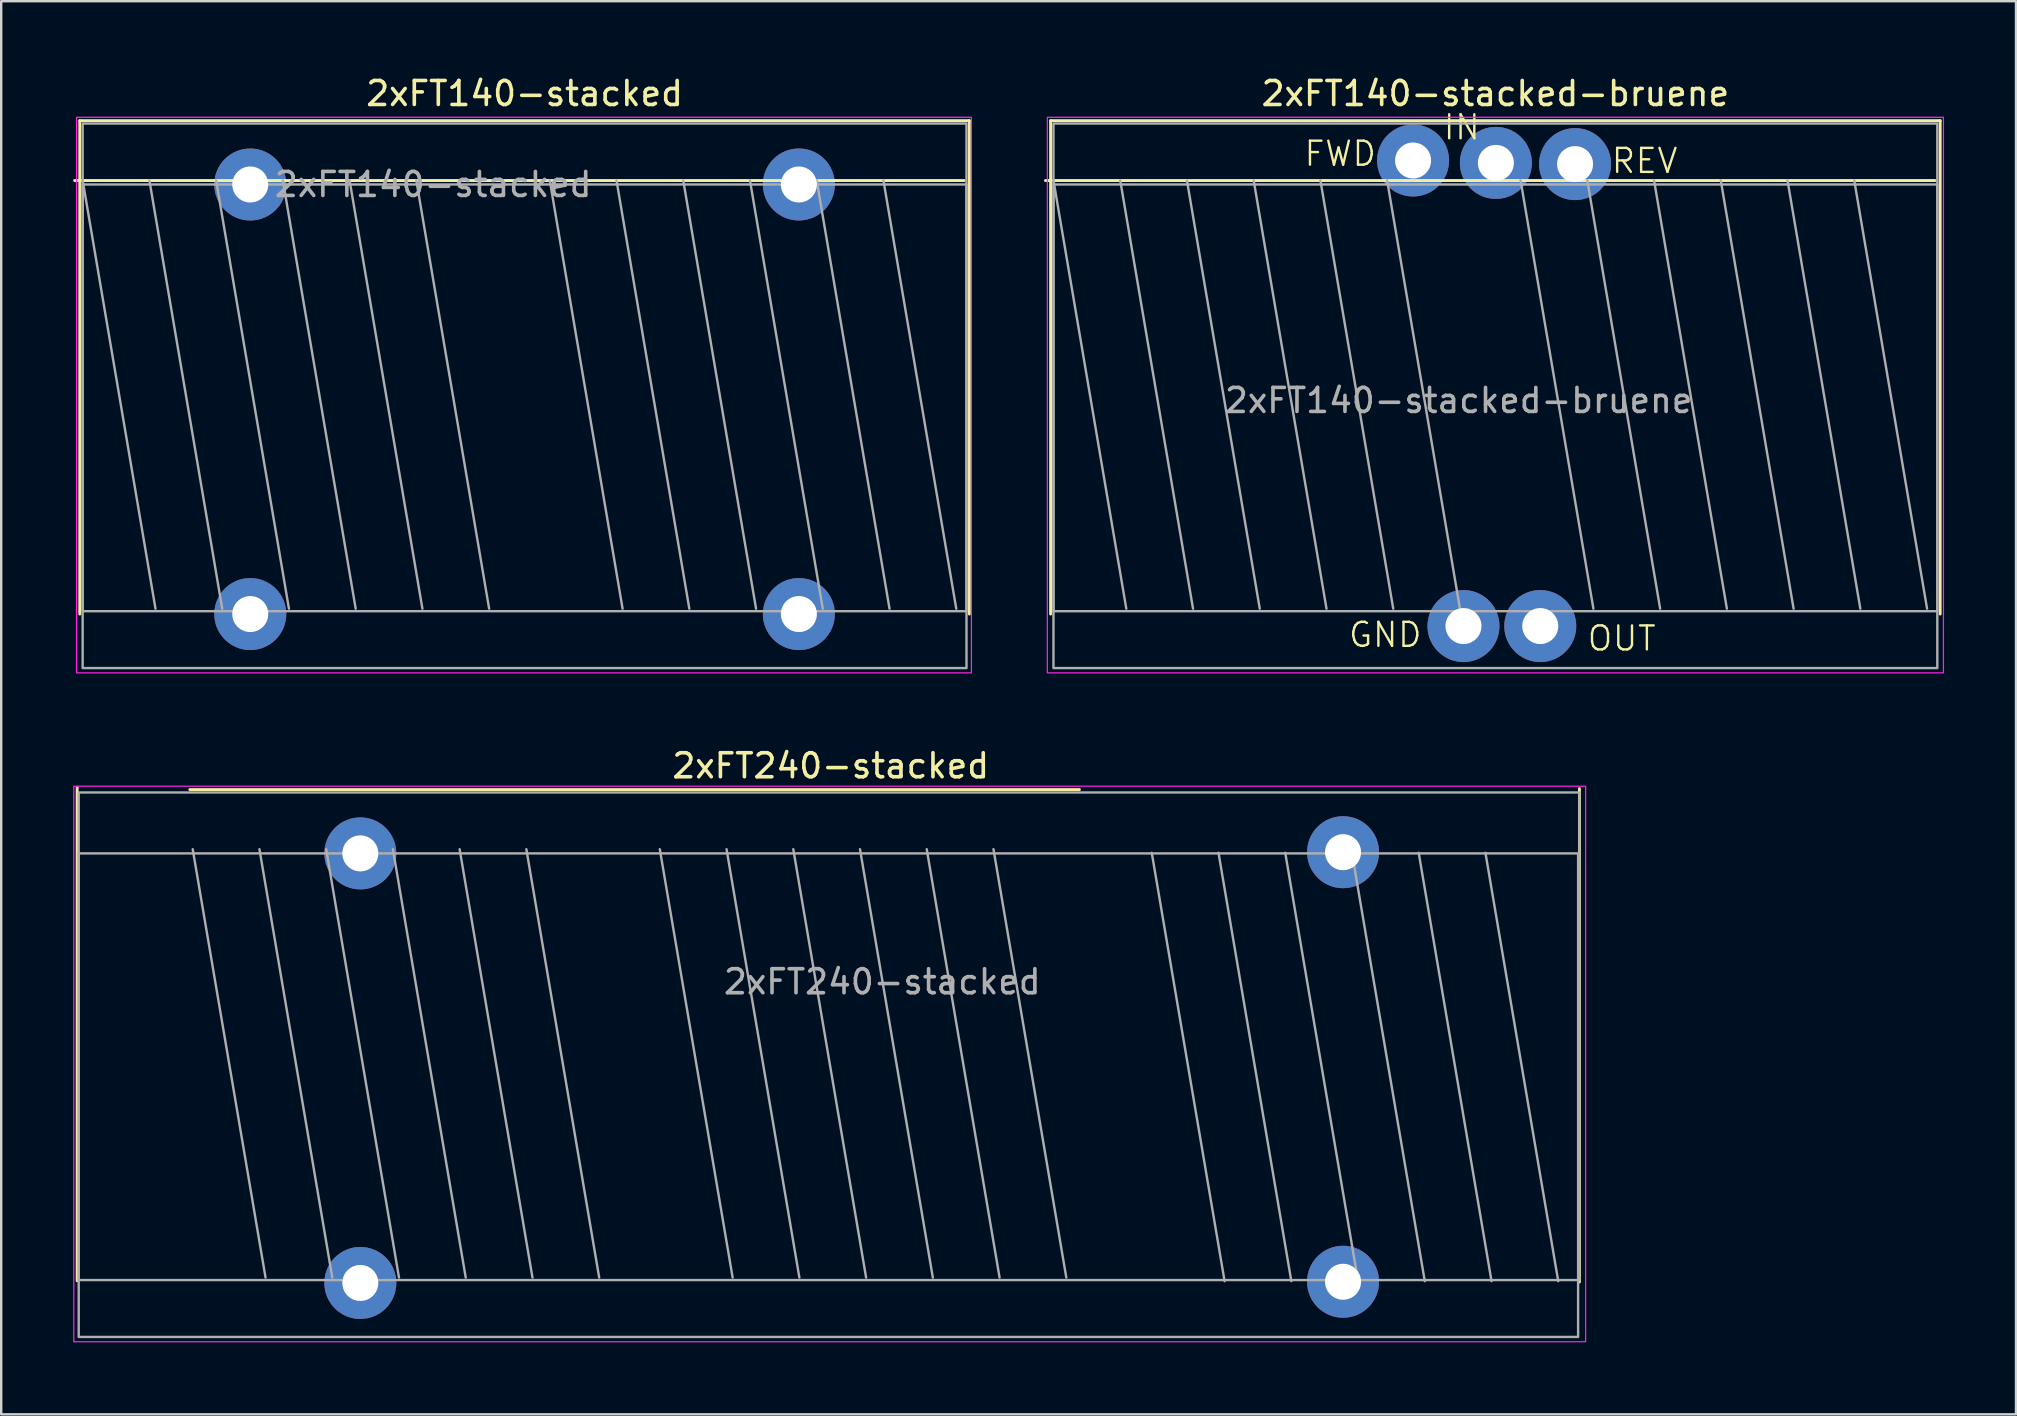
<source format=kicad_pcb>
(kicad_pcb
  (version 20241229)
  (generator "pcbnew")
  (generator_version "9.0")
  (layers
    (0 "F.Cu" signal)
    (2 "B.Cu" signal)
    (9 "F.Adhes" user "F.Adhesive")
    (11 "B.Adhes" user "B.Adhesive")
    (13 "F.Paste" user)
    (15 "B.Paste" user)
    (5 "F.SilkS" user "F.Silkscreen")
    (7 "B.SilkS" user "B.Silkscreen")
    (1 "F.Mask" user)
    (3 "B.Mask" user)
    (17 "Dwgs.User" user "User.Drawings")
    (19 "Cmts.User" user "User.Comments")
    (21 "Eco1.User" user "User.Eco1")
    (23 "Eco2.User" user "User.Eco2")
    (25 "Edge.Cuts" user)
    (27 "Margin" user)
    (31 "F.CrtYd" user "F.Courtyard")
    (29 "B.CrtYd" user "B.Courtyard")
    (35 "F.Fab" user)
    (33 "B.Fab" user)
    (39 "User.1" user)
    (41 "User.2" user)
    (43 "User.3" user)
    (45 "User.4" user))
  (footprint "2xFT140-stacked-bruene"
    (layer "F.Cu")
    (at 47.833 4.638)
    (property "Reference" "2xFT140-stacked-bruene" (at 11.43 -3.79 0) (layer "F.SilkS") (effects (font (size 1 1) (thickness 0.15))))
    (attr through_hole)
    (fp_line (start -7.105 -2.66) (end 29.965 -2.66) (stroke (width 0.12) (type solid)) (layer "F.SilkS"))
    (fp_line (start -7.105 17.9) (end -7.105 -2.66) (stroke (width 0.12) (type solid)) (layer "F.SilkS"))
    (fp_line (start 29.751 -0.165) (end -7.319 -0.165) (stroke (width 0.12) (type solid)) (layer "F.SilkS"))
    (fp_line (start 29.965 -2.66) (end 29.965 17.9) (stroke (width 0.12) (type solid)) (layer "F.SilkS"))
    (fp_rect (start -7.24 -2.8) (end 30.1 20.35) (stroke (width 0.05) (type solid)) (fill no) (layer "F.CrtYd"))
    (fp_line (start -6.985 -0.175) (end -3.95 17.675) (stroke (width 0.1) (type solid)) (layer "F.Fab"))
    (fp_line (start -4.204 -0.175) (end -1.169 17.675) (stroke (width 0.1) (type solid)) (layer "F.Fab"))
    (fp_line (start -1.424 -0.175) (end 1.611 17.675) (stroke (width 0.1) (type solid)) (layer "F.Fab"))
    (fp_line (start 1.357 -0.175) (end 4.392 17.675) (stroke (width 0.1) (type solid)) (layer "F.Fab"))
    (fp_line (start 4.138 -0.175) (end 7.173 17.675) (stroke (width 0.1) (type solid)) (layer "F.Fab"))
    (fp_line (start 6.918 -0.175) (end 9.953 17.675) (stroke (width 0.1) (type solid)) (layer "F.Fab"))
    (fp_line (start 12.479 -0.175) (end 15.514 17.675) (stroke (width 0.1) (type solid)) (layer "F.Fab"))
    (fp_line (start 15.26 -0.175) (end 18.295 17.675) (stroke (width 0.1) (type solid)) (layer "F.Fab"))
    (fp_line (start 18.041 -0.175) (end 21.076 17.675) (stroke (width 0.1) (type solid)) (layer "F.Fab"))
    (fp_line (start 20.821 -0.175) (end 23.856 17.675) (stroke (width 0.1) (type solid)) (layer "F.Fab"))
    (fp_line (start 23.602 -0.175) (end 26.637 17.675) (stroke (width 0.1) (type solid)) (layer "F.Fab"))
    (fp_line (start 26.383 -0.175) (end 29.418 17.675) (stroke (width 0.1) (type solid)) (layer "F.Fab"))
    (fp_rect (start -6.985 -2.54) (end 29.845 17.78) (stroke (width 0.1) (type solid)) (fill no) (layer "F.Fab"))
    (fp_rect (start -6.985 0) (end 29.845 20.15) (stroke (width 0.1) (type solid)) (fill no) (layer "F.Fab"))
    (fp_text user "GND" (at 5.25 19.35 0) (unlocked yes) (layer "F.SilkS") (effects (font (size 1 1) (thickness 0.1)) (justify left bottom)))
    (fp_text user "IN" (at 9.2 -1.8 0) (unlocked yes) (layer "F.SilkS") (effects (font (size 1 1) (thickness 0.1)) (justify left bottom)))
    (fp_text user "FWD" (at 3.4 -0.7 0) (unlocked yes) (layer "F.SilkS") (effects (font (size 1 1) (thickness 0.1)) (justify left bottom)))
    (fp_text user "OUT" (at 15.2 19.5 0) (unlocked yes) (layer "F.SilkS") (effects (font (size 1 1) (thickness 0.1)) (justify left bottom)))
    (fp_text user "REV" (at 16.2 -0.4 0) (unlocked yes) (layer "F.SilkS") (effects (font (size 1 1) (thickness 0.1)) (justify left bottom)))
    (fp_text user "${REFERENCE}" (at 9.9 9 0) (layer "F.Fab") (effects (font (size 1 1) (thickness 0.15))))
    (pad "1" thru_hole circle (at 11.45 -0.9) (size 3 3) (drill 1.5) (layers "*.Cu" "*.Mask"))
    (pad "2" thru_hole circle (at 13.3 18.4) (size 3 3) (drill 1.5) (layers "*.Cu" "*.Mask"))
    (pad "3" thru_hole circle (at 10.1 18.4) (size 3 3) (drill 1.5) (layers "*.Cu" "*.Mask"))
    (pad "4" thru_hole circle (at 8 -1) (size 3 3) (drill 1.5) (layers "*.Cu" "*.Mask"))
    (pad "5" thru_hole circle (at 14.75 -0.85) (size 3 3) (drill 1.5) (layers "*.Cu" "*.Mask")))
  (footprint "2xFT240-stacked"
    (layer "F.Cu")
    (at 11.965 32.511)
    (property "Reference" "2xFT240-stacked" (at 19.6 -3.65 0) (layer "F.SilkS") (effects (font (size 1 1) (thickness 0.15))))
    (attr through_hole)
    (fp_line (start -11.8 17.81) (end -11.8 -2.75) (stroke (width 0.12) (type solid)) (layer "F.SilkS"))
    (fp_line (start -7.105 -2.66) (end 29.965 -2.66) (stroke (width 0.12) (type solid)) (layer "F.SilkS"))
    (fp_line (start 50.8 -2.7) (end 50.8 17.86) (stroke (width 0.12) (type solid)) (layer "F.SilkS"))
    (fp_rect (start -11.94 -2.8) (end 51.06 20.35) (stroke (width 0.05) (type solid)) (fill no) (layer "F.CrtYd"))
    (fp_line (start -6.985 -0.175) (end -3.95 17.675) (stroke (width 0.1) (type solid)) (layer "F.Fab"))
    (fp_line (start -4.204 -0.175) (end -1.169 17.675) (stroke (width 0.1) (type solid)) (layer "F.Fab"))
    (fp_line (start -1.424 -0.175) (end 1.611 17.675) (stroke (width 0.1) (type solid)) (layer "F.Fab"))
    (fp_line (start 1.357 -0.175) (end 4.392 17.675) (stroke (width 0.1) (type solid)) (layer "F.Fab"))
    (fp_line (start 4.138 -0.175) (end 7.173 17.675) (stroke (width 0.1) (type solid)) (layer "F.Fab"))
    (fp_line (start 6.918 -0.175) (end 9.953 17.675) (stroke (width 0.1) (type solid)) (layer "F.Fab"))
    (fp_line (start 12.479 -0.175) (end 15.514 17.675) (stroke (width 0.1) (type solid)) (layer "F.Fab"))
    (fp_line (start 15.26 -0.175) (end 18.295 17.675) (stroke (width 0.1) (type solid)) (layer "F.Fab"))
    (fp_line (start 18.041 -0.175) (end 21.076 17.675) (stroke (width 0.1) (type solid)) (layer "F.Fab"))
    (fp_line (start 20.821 -0.175) (end 23.856 17.675) (stroke (width 0.1) (type solid)) (layer "F.Fab"))
    (fp_line (start 23.602 -0.175) (end 26.637 17.675) (stroke (width 0.1) (type solid)) (layer "F.Fab"))
    (fp_line (start 26.383 -0.175) (end 29.418 17.675) (stroke (width 0.1) (type solid)) (layer "F.Fab"))
    (fp_line (start 32.979 -0.025) (end 36.014 17.825) (stroke (width 0.1) (type solid)) (layer "F.Fab"))
    (fp_line (start 35.76 -0.025) (end 38.795 17.825) (stroke (width 0.1) (type solid)) (layer "F.Fab"))
    (fp_line (start 38.541 -0.025) (end 41.576 17.825) (stroke (width 0.1) (type solid)) (layer "F.Fab"))
    (fp_line (start 41.321 -0.025) (end 44.356 17.825) (stroke (width 0.1) (type solid)) (layer "F.Fab"))
    (fp_line (start 44.102 -0.025) (end 47.137 17.825) (stroke (width 0.1) (type solid)) (layer "F.Fab"))
    (fp_line (start 46.883 -0.025) (end 49.917 17.825) (stroke (width 0.1) (type solid)) (layer "F.Fab"))
    (fp_rect (start -11.735 -2.54) (end 50.795 17.78) (stroke (width 0.1) (type solid)) (fill no) (layer "F.Fab"))
    (fp_rect (start -11.735 0) (end 50.745 20.15) (stroke (width 0.1) (type solid)) (fill no) (layer "F.Fab"))
    (fp_text user "${REFERENCE}" (at 21.75 5.35 0) (layer "F.Fab") (effects (font (size 1 1) (thickness 0.15))))
    (pad "1" thru_hole circle (at 0 0) (size 3 3) (drill 1.5) (layers "*.Cu" "*.Mask"))
    (pad "2" thru_hole circle (at 40.95 -0.05) (size 3 3) (drill 1.5) (layers "*.Cu" "*.Mask"))
    (pad "3" thru_hole circle (at 0 17.9) (size 3 3) (drill 1.5) (layers "*.Cu" "*.Mask"))
    (pad "4" thru_hole circle (at 40.95 17.85) (size 3 3) (drill 1.5) (layers "*.Cu" "*.Mask")))
  (footprint "2xFT140-stacked"
    (layer "F.Cu")
    (at 7.379 4.638)
    (property "Reference" "2xFT140-stacked" (at 11.43 -3.79 0) (layer "F.SilkS") (effects (font (size 1 1) (thickness 0.15))))
    (attr through_hole)
    (fp_line (start -7.105 -2.66) (end 29.965 -2.66) (stroke (width 0.12) (type solid)) (layer "F.SilkS"))
    (fp_line (start -7.105 17.9) (end -7.105 -2.66) (stroke (width 0.12) (type solid)) (layer "F.SilkS"))
    (fp_line (start 29.751 -0.165) (end -7.319 -0.165) (stroke (width 0.12) (type solid)) (layer "F.SilkS"))
    (fp_line (start 29.965 -2.66) (end 29.965 17.9) (stroke (width 0.12) (type solid)) (layer "F.SilkS"))
    (fp_rect (start -7.24 -2.8) (end 30.05 20.35) (stroke (width 0.05) (type solid)) (fill no) (layer "F.CrtYd"))
    (fp_line (start -6.985 -0.175) (end -3.95 17.675) (stroke (width 0.1) (type solid)) (layer "F.Fab"))
    (fp_line (start -4.204 -0.175) (end -1.169 17.675) (stroke (width 0.1) (type solid)) (layer "F.Fab"))
    (fp_line (start -1.424 -0.175) (end 1.611 17.675) (stroke (width 0.1) (type solid)) (layer "F.Fab"))
    (fp_line (start 1.357 -0.175) (end 4.392 17.675) (stroke (width 0.1) (type solid)) (layer "F.Fab"))
    (fp_line (start 4.138 -0.175) (end 7.173 17.675) (stroke (width 0.1) (type solid)) (layer "F.Fab"))
    (fp_line (start 6.918 -0.175) (end 9.953 17.675) (stroke (width 0.1) (type solid)) (layer "F.Fab"))
    (fp_line (start 12.479 -0.175) (end 15.514 17.675) (stroke (width 0.1) (type solid)) (layer "F.Fab"))
    (fp_line (start 15.26 -0.175) (end 18.295 17.675) (stroke (width 0.1) (type solid)) (layer "F.Fab"))
    (fp_line (start 18.041 -0.175) (end 21.076 17.675) (stroke (width 0.1) (type solid)) (layer "F.Fab"))
    (fp_line (start 20.821 -0.175) (end 23.856 17.675) (stroke (width 0.1) (type solid)) (layer "F.Fab"))
    (fp_line (start 23.602 -0.175) (end 26.637 17.675) (stroke (width 0.1) (type solid)) (layer "F.Fab"))
    (fp_line (start 26.383 -0.175) (end 29.418 17.675) (stroke (width 0.1) (type solid)) (layer "F.Fab"))
    (fp_rect (start -6.985 -2.54) (end 29.845 17.78) (stroke (width 0.1) (type solid)) (fill no) (layer "F.Fab"))
    (fp_rect (start -6.985 0) (end 29.845 20.15) (stroke (width 0.1) (type solid)) (fill no) (layer "F.Fab"))
    (fp_text user "${REFERENCE}" (at 7.62 0 0) (layer "F.Fab") (effects (font (size 1 1) (thickness 0.15))))
    (pad "1" thru_hole circle (at 0 0) (size 3 3) (drill 1.5) (layers "*.Cu" "*.Mask"))
    (pad "2" thru_hole circle (at 22.86 0) (size 3 3) (drill 1.5) (layers "*.Cu" "*.Mask"))
    (pad "3" thru_hole circle (at 0 17.9) (size 3 3) (drill 1.5) (layers "*.Cu" "*.Mask"))
    (pad "4" thru_hole circle (at 22.86 17.9) (size 3 3) (drill 1.5) (layers "*.Cu" "*.Mask")))
  (gr_rect
    (start -3 -3)
    (end 80.957 55.886)
    (stroke (width 0.1) (type default))
    (fill no)
    (layer "Edge.Cuts")))
</source>
